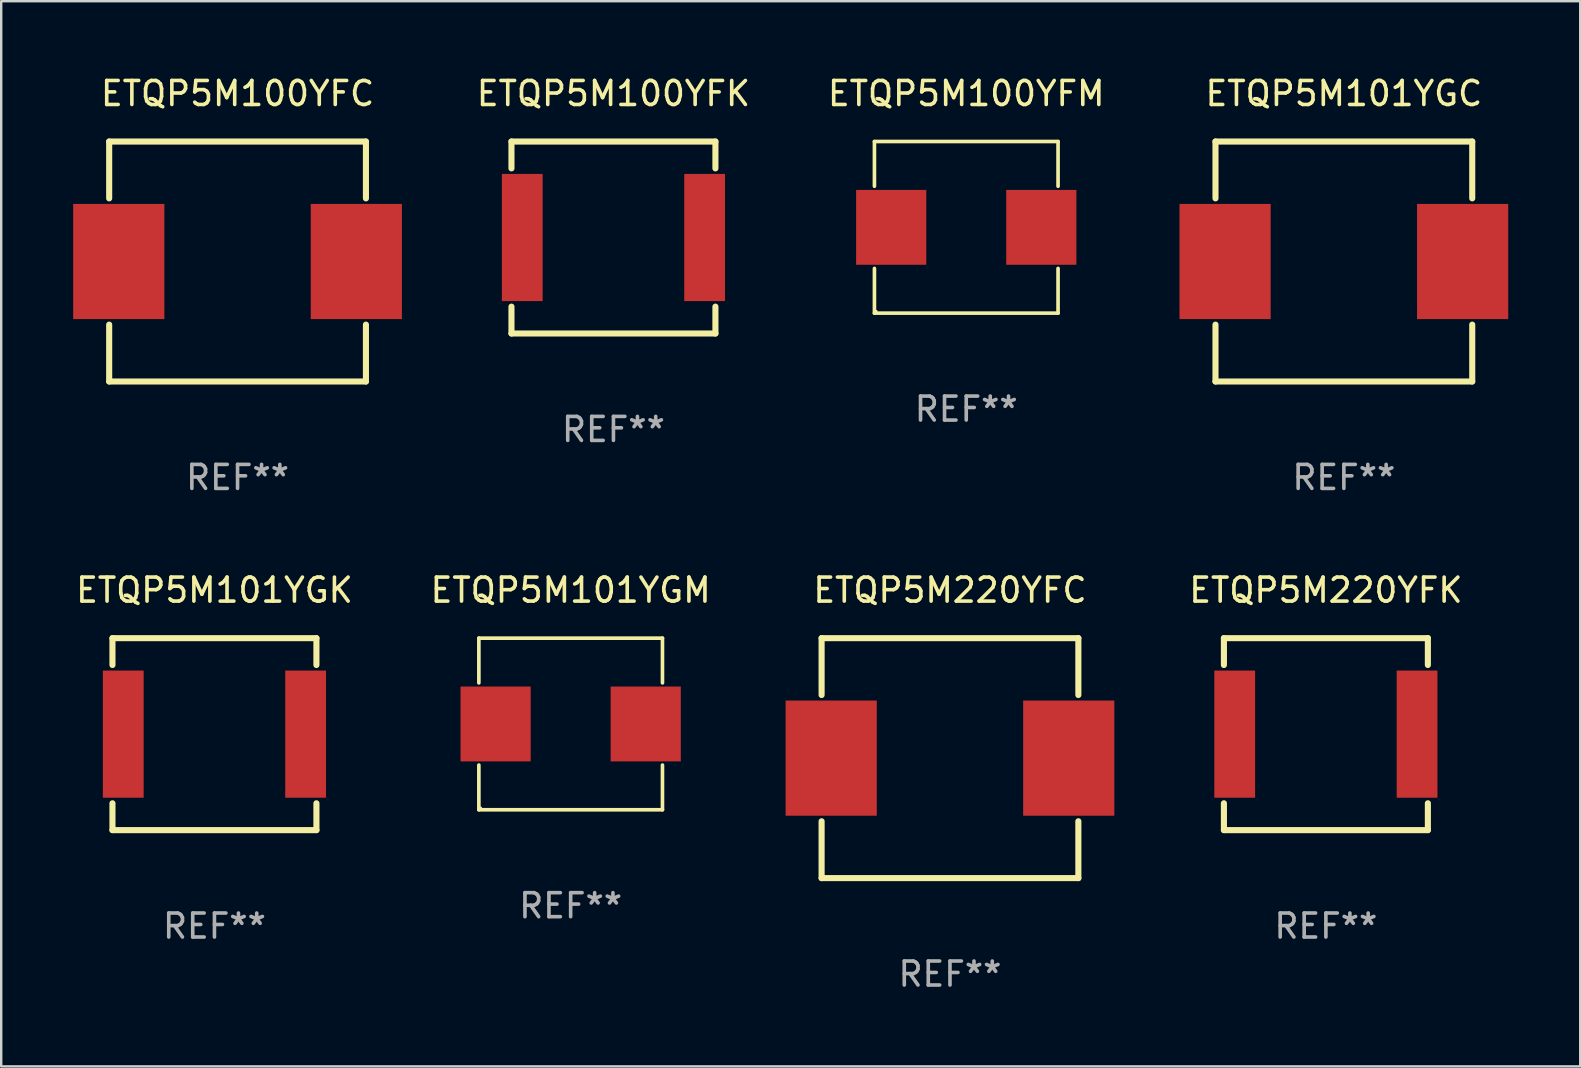
<source format=kicad_pcb>
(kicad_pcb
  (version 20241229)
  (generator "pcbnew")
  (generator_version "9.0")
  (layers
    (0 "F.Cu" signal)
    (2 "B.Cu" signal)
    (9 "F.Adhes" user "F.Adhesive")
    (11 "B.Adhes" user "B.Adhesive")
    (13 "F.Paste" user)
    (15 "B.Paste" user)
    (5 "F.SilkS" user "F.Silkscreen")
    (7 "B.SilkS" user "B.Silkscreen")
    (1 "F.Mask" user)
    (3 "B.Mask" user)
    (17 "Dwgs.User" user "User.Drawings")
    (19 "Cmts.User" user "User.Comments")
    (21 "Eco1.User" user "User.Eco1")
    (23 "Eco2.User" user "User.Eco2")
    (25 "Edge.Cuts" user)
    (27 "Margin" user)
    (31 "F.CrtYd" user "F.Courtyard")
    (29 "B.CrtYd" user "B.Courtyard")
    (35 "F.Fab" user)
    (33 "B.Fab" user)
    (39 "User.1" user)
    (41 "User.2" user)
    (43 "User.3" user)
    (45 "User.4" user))
  (footprint "ETQP5M220YFK"
    (layer "F.Cu")
    (at 52.206 27.545)
    (property "Reference" "ETQP5M220YFK" (at 0 -6 0) (layer "F.SilkS") (effects (font (size 1 1) (thickness 0.15))))
    (attr through_hole)
    (fp_line (start -4.25 -4) (end -4.25 -2.881) (stroke (width 0.254) (type solid)) (layer "F.SilkS"))
    (fp_line (start -4.25 -4) (end 4.25 -4) (stroke (width 0.254) (type solid)) (layer "F.SilkS"))
    (fp_line (start -4.25 2.881) (end -4.25 4) (stroke (width 0.254) (type solid)) (layer "F.SilkS"))
    (fp_line (start 4.25 -2.881) (end 4.25 -4) (stroke (width 0.254) (type solid)) (layer "F.SilkS"))
    (fp_line (start 4.25 4) (end -4.25 4) (stroke (width 0.254) (type solid)) (layer "F.SilkS"))
    (fp_line (start 4.25 4) (end 4.25 2.881) (stroke (width 0.254) (type solid)) (layer "F.SilkS"))
    (fp_circle (center -4.25 4) (end -4.22 4) (stroke (width 0.06) (type solid)) (fill no) (layer "F.SilkS"))
    (fp_text user "REF**" (at 0 8 0) (layer "F.Fab") (effects (font (size 1 1) (thickness 0.15))))
    (pad "1" smd rect (at -3.8 0 180) (size 1.7 5.3) (layers "F.Cu" "F.Mask" "F.Paste"))
    (pad "2" smd rect (at 3.8 0 180) (size 1.7 5.3) (layers "F.Cu" "F.Mask" "F.Paste")))
  (footprint "ETQP5M220YFC"
    (layer "F.Cu")
    (at 36.54 28.545)
    (property "Reference" "ETQP5M220YFC" (at 0 -7 0) (layer "F.SilkS") (effects (font (size 1 1) (thickness 0.15))))
    (attr through_hole)
    (fp_line (start -5.35 -5) (end -5.35 -2.631) (stroke (width 0.254) (type solid)) (layer "F.SilkS"))
    (fp_line (start -5.35 -5) (end 5.35 -5) (stroke (width 0.254) (type solid)) (layer "F.SilkS"))
    (fp_line (start -5.35 2.631) (end -5.35 5) (stroke (width 0.254) (type solid)) (layer "F.SilkS"))
    (fp_line (start 5.35 -2.631) (end 5.35 -5) (stroke (width 0.254) (type solid)) (layer "F.SilkS"))
    (fp_line (start 5.35 5) (end -5.35 5) (stroke (width 0.254) (type solid)) (layer "F.SilkS"))
    (fp_line (start 5.35 5) (end 5.35 2.631) (stroke (width 0.254) (type solid)) (layer "F.SilkS"))
    (fp_circle (center -5.35 5) (end -5.32 5) (stroke (width 0.06) (type solid)) (fill no) (layer "F.SilkS"))
    (fp_text user "REF**" (at 0 9 0) (layer "F.Fab") (effects (font (size 1 1) (thickness 0.15))))
    (pad "1" smd rect (at -4.95 -0.000102) (size 3.8 4.8) (layers "F.Cu" "F.Mask" "F.Paste"))
    (pad "2" smd rect (at 4.95 -0.000102) (size 3.8 4.8) (layers "F.Cu" "F.Mask" "F.Paste")))
  (footprint "ETQP5M101YGM"
    (layer "F.Cu")
    (at 20.732 27.121)
    (property "Reference" "ETQP5M101YGM" (at 0 -5.576 0) (layer "F.SilkS") (effects (font (size 1 1) (thickness 0.15))))
    (attr through_hole)
    (fp_line (start -3.826 -3.576) (end 3.826 -3.576) (stroke (width 0.152) (type solid)) (layer "F.SilkS"))
    (fp_line (start -3.826 -1.712) (end -3.826 -3.576) (stroke (width 0.152) (type solid)) (layer "F.SilkS"))
    (fp_line (start -3.826 1.712) (end -3.826 3.576) (stroke (width 0.152) (type solid)) (layer "F.SilkS"))
    (fp_line (start -3.826 3.576) (end 3.826 3.576) (stroke (width 0.152) (type solid)) (layer "F.SilkS"))
    (fp_line (start 3.826 -3.576) (end 3.826 -1.712) (stroke (width 0.152) (type solid)) (layer "F.SilkS"))
    (fp_line (start 3.826 3.576) (end 3.826 1.712) (stroke (width 0.152) (type solid)) (layer "F.SilkS"))
    (fp_circle (center -3.75 3.5) (end -3.72 3.5) (stroke (width 0.06) (type solid)) (fill no) (layer "F.SilkS"))
    (fp_text user "REF**" (at 0 7.576 0) (layer "F.Fab") (effects (font (size 1 1) (thickness 0.15))))
    (pad "1" smd rect (at 3.128 0) (size 2.924 3.12) (layers "F.Cu" "F.Mask" "F.Paste"))
    (pad "2" smd rect (at -3.128 0) (size 2.924 3.12) (layers "F.Cu" "F.Mask" "F.Paste")))
  (footprint "ETQP5M101YGC"
    (layer "F.Cu")
    (at 52.955 7.848)
    (property "Reference" "ETQP5M101YGC" (at 0 -7 0) (layer "F.SilkS") (effects (font (size 1 1) (thickness 0.15))))
    (attr through_hole)
    (fp_line (start -5.35 -5) (end -5.35 -2.631) (stroke (width 0.254) (type solid)) (layer "F.SilkS"))
    (fp_line (start -5.35 -5) (end 5.35 -5) (stroke (width 0.254) (type solid)) (layer "F.SilkS"))
    (fp_line (start -5.35 2.631) (end -5.35 5) (stroke (width 0.254) (type solid)) (layer "F.SilkS"))
    (fp_line (start 5.35 -2.631) (end 5.35 -5) (stroke (width 0.254) (type solid)) (layer "F.SilkS"))
    (fp_line (start 5.35 5) (end -5.35 5) (stroke (width 0.254) (type solid)) (layer "F.SilkS"))
    (fp_line (start 5.35 5) (end 5.35 2.631) (stroke (width 0.254) (type solid)) (layer "F.SilkS"))
    (fp_circle (center -5.35 -5) (end -5.32 -5) (stroke (width 0.06) (type solid)) (fill no) (layer "F.SilkS"))
    (fp_text user "REF**" (at 0 9 0) (layer "F.Fab") (effects (font (size 1 1) (thickness 0.15))))
    (pad "1" smd rect (at -4.95 0) (size 3.8 4.8) (layers "F.Cu" "F.Mask" "F.Paste"))
    (pad "2" smd rect (at 4.95 0) (size 3.8 4.8) (layers "F.Cu" "F.Mask" "F.Paste")))
  (footprint "ETQP5M100YFC"
    (layer "F.Cu")
    (at 6.85 7.848)
    (property "Reference" "ETQP5M100YFC" (at 0 -7 0) (layer "F.SilkS") (effects (font (size 1 1) (thickness 0.15))))
    (attr through_hole)
    (fp_line (start -5.35 -5) (end -5.35 -2.631) (stroke (width 0.254) (type solid)) (layer "F.SilkS"))
    (fp_line (start -5.35 -5) (end 5.35 -5) (stroke (width 0.254) (type solid)) (layer "F.SilkS"))
    (fp_line (start -5.35 2.631) (end -5.35 5) (stroke (width 0.254) (type solid)) (layer "F.SilkS"))
    (fp_line (start 5.35 -2.631) (end 5.35 -5) (stroke (width 0.254) (type solid)) (layer "F.SilkS"))
    (fp_line (start 5.35 5) (end -5.35 5) (stroke (width 0.254) (type solid)) (layer "F.SilkS"))
    (fp_line (start 5.35 5) (end 5.35 2.631) (stroke (width 0.254) (type solid)) (layer "F.SilkS"))
    (fp_circle (center -5.35 5) (end -5.32 5) (stroke (width 0.06) (type solid)) (fill no) (layer "F.SilkS"))
    (fp_text user "REF**" (at 0 9 0) (layer "F.Fab") (effects (font (size 1 1) (thickness 0.15))))
    (pad "1" smd rect (at -4.95 -0.000102) (size 3.8 4.8) (layers "F.Cu" "F.Mask" "F.Paste"))
    (pad "2" smd rect (at 4.95 -0.000102) (size 3.8 4.8) (layers "F.Cu" "F.Mask" "F.Paste")))
  (footprint "ETQP5M100YFK"
    (layer "F.Cu")
    (at 22.515 6.848)
    (property "Reference" "ETQP5M100YFK" (at 0 -6 0) (layer "F.SilkS") (effects (font (size 1 1) (thickness 0.15))))
    (attr through_hole)
    (fp_line (start -4.25 -4) (end -4.25 -2.881) (stroke (width 0.254) (type solid)) (layer "F.SilkS"))
    (fp_line (start -4.25 -4) (end 4.25 -4) (stroke (width 0.254) (type solid)) (layer "F.SilkS"))
    (fp_line (start -4.25 2.881) (end -4.25 4) (stroke (width 0.254) (type solid)) (layer "F.SilkS"))
    (fp_line (start 4.25 -2.881) (end 4.25 -4) (stroke (width 0.254) (type solid)) (layer "F.SilkS"))
    (fp_line (start 4.25 4) (end -4.25 4) (stroke (width 0.254) (type solid)) (layer "F.SilkS"))
    (fp_line (start 4.25 4) (end 4.25 2.881) (stroke (width 0.254) (type solid)) (layer "F.SilkS"))
    (fp_circle (center -4.25 4) (end -4.22 4) (stroke (width 0.06) (type solid)) (fill no) (layer "F.SilkS"))
    (fp_text user "REF**" (at 0 8 0) (layer "F.Fab") (effects (font (size 1 1) (thickness 0.15))))
    (pad "1" smd rect (at -3.8 0 180) (size 1.7 5.3) (layers "F.Cu" "F.Mask" "F.Paste"))
    (pad "2" smd rect (at 3.8 0 180) (size 1.7 5.3) (layers "F.Cu" "F.Mask" "F.Paste")))
  (footprint "ETQP5M100YFM"
    (layer "F.Cu")
    (at 37.218 6.424)
    (property "Reference" "ETQP5M100YFM" (at 0 -5.576 0) (layer "F.SilkS") (effects (font (size 1 1) (thickness 0.15))))
    (attr through_hole)
    (fp_line (start -3.826 -3.576) (end 3.826 -3.576) (stroke (width 0.152) (type solid)) (layer "F.SilkS"))
    (fp_line (start -3.826 -1.712) (end -3.826 -3.576) (stroke (width 0.152) (type solid)) (layer "F.SilkS"))
    (fp_line (start -3.826 1.712) (end -3.826 3.576) (stroke (width 0.152) (type solid)) (layer "F.SilkS"))
    (fp_line (start -3.826 3.576) (end 3.826 3.576) (stroke (width 0.152) (type solid)) (layer "F.SilkS"))
    (fp_line (start 3.826 -3.576) (end 3.826 -1.712) (stroke (width 0.152) (type solid)) (layer "F.SilkS"))
    (fp_line (start 3.826 3.576) (end 3.826 1.712) (stroke (width 0.152) (type solid)) (layer "F.SilkS"))
    (fp_circle (center -3.75 3.5) (end -3.72 3.5) (stroke (width 0.06) (type solid)) (fill no) (layer "F.SilkS"))
    (fp_text user "REF**" (at 0 7.576 0) (layer "F.Fab") (effects (font (size 1 1) (thickness 0.15))))
    (pad "1" smd rect (at 3.128 0) (size 2.924 3.12) (layers "F.Cu" "F.Mask" "F.Paste"))
    (pad "2" smd rect (at -3.128 0) (size 2.924 3.12) (layers "F.Cu" "F.Mask" "F.Paste")))
  (footprint "ETQP5M101YGK"
    (layer "F.Cu")
    (at 5.887 27.545)
    (property "Reference" "ETQP5M101YGK" (at 0 -6 0) (layer "F.SilkS") (effects (font (size 1 1) (thickness 0.15))))
    (attr through_hole)
    (fp_line (start -4.25 -4) (end -4.25 -2.881) (stroke (width 0.254) (type solid)) (layer "F.SilkS"))
    (fp_line (start -4.25 -4) (end 4.25 -4) (stroke (width 0.254) (type solid)) (layer "F.SilkS"))
    (fp_line (start -4.25 2.881) (end -4.25 4) (stroke (width 0.254) (type solid)) (layer "F.SilkS"))
    (fp_line (start 4.25 -2.881) (end 4.25 -4) (stroke (width 0.254) (type solid)) (layer "F.SilkS"))
    (fp_line (start 4.25 4) (end -4.25 4) (stroke (width 0.254) (type solid)) (layer "F.SilkS"))
    (fp_line (start 4.25 4) (end 4.25 2.881) (stroke (width 0.254) (type solid)) (layer "F.SilkS"))
    (fp_circle (center -4.25 4) (end -4.22 4) (stroke (width 0.06) (type solid)) (fill no) (layer "F.SilkS"))
    (fp_text user "REF**" (at 0 8 0) (layer "F.Fab") (effects (font (size 1 1) (thickness 0.15))))
    (pad "1" smd rect (at -3.8 0 180) (size 1.7 5.3) (layers "F.Cu" "F.Mask" "F.Paste"))
    (pad "2" smd rect (at 3.8 0 180) (size 1.7 5.3) (layers "F.Cu" "F.Mask" "F.Paste")))
  (gr_rect
    (start -3 -3)
    (end 62.805 41.393)
    (stroke (width 0.1) (type default))
    (fill no)
    (layer "Edge.Cuts")))
</source>
